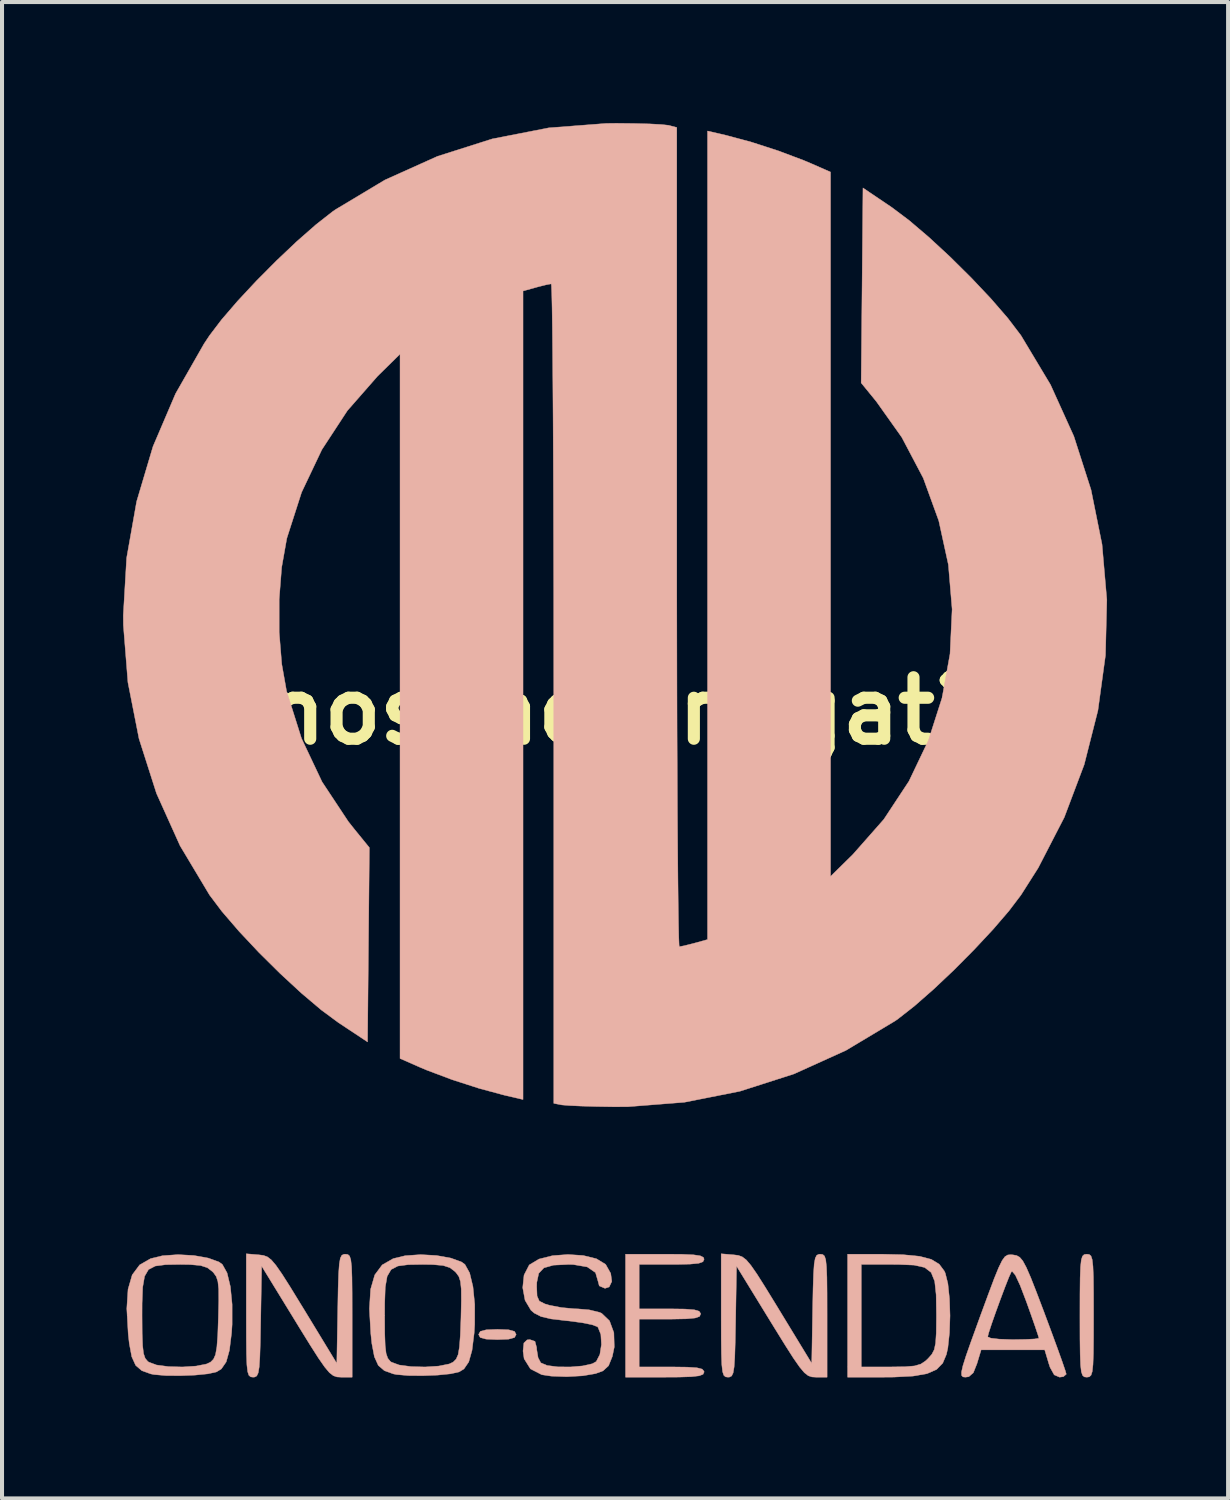
<source format=kicad_pcb>
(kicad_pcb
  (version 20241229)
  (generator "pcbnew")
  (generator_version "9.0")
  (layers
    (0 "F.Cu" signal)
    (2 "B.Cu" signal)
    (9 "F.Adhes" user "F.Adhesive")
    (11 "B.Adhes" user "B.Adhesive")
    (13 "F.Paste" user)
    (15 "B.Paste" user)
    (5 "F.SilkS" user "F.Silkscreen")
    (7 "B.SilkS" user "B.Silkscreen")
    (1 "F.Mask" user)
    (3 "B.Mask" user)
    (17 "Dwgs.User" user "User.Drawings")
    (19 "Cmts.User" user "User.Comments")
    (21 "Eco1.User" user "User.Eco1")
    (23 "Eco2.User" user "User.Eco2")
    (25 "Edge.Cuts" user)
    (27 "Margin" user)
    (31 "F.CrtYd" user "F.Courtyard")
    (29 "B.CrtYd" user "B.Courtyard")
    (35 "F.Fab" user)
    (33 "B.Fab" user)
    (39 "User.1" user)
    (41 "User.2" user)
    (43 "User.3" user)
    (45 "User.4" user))
  (footprint "onosendainegativ"
    (layer "F.Cu")
    (at 12.112 14.567)
    (property "Reference" "onosendainegativ" (at 0 0 0) (layer "F.SilkS") (effects (font (size 1.524 1.524) (thickness 0.3))))
    (attr through_hole)
    (fp_poly (pts (xy -2.556 15.336) (xy -2.411 15.376) (xy -2.371 15.452) (xy -2.412 15.528) (xy -2.559 15.568) (xy -2.836 15.579) (xy -3.117 15.567) (xy -3.262 15.527) (xy -3.302 15.452) (xy -3.26 15.375) (xy -3.113 15.336) (xy -2.836 15.325) (xy -2.556 15.336)) (stroke (width 0.01) (type solid)) (fill yes) (layer "B.SilkS"))
    (fp_poly (pts (xy 11.829 13.469) (xy 11.873 13.506) (xy 11.903 13.596) (xy 11.922 13.761) (xy 11.933 14.026) (xy 11.937 14.412) (xy 11.938 14.942) (xy 11.938 14.986) (xy 11.937 15.528) (xy 11.933 15.923) (xy 11.923 16.195) (xy 11.905 16.367) (xy 11.875 16.461) (xy 11.832 16.501) (xy 11.774 16.51) (xy 11.769 16.51) (xy 11.708 16.503) (xy 11.665 16.466) (xy 11.634 16.376) (xy 11.615 16.211) (xy 11.605 15.946) (xy 11.6 15.56) (xy 11.599 15.03) (xy 11.599 14.986) (xy 11.6 14.444) (xy 11.604 14.049) (xy 11.614 13.777) (xy 11.633 13.605) (xy 11.662 13.511) (xy 11.705 13.471) (xy 11.764 13.462) (xy 11.769 13.462) (xy 11.829 13.469)) (stroke (width 0.01) (type solid)) (fill yes) (layer "B.SilkS"))
    (fp_poly (pts (xy 1.74 13.465) (xy 2.025 13.478) (xy 2.193 13.503) (xy 2.271 13.544) (xy 2.286 13.589) (xy 2.257 13.65) (xy 2.152 13.688) (xy 1.942 13.708) (xy 1.598 13.716) (xy 1.482 13.716) (xy 0.677 13.716) (xy 0.677 14.817) (xy 1.439 14.817) (xy 1.811 14.822) (xy 2.043 14.84) (xy 2.163 14.876) (xy 2.201 14.934) (xy 2.201 14.944) (xy 2.172 15.006) (xy 2.063 15.044) (xy 1.847 15.064) (xy 1.495 15.071) (xy 1.439 15.071) (xy 0.677 15.071) (xy 0.677 16.256) (xy 1.482 16.256) (xy 1.865 16.261) (xy 2.108 16.277) (xy 2.238 16.31) (xy 2.284 16.365) (xy 2.286 16.383) (xy 2.26 16.439) (xy 2.164 16.476) (xy 1.973 16.498) (xy 1.659 16.508) (xy 1.312 16.51) (xy 0.339 16.51) (xy 0.339 13.462) (xy 1.312 13.462) (xy 1.74 13.465)) (stroke (width 0.01) (type solid)) (fill yes) (layer "B.SilkS"))
    (fp_poly (pts (xy 6.668 13.462) (xy 7.219 13.475) (xy 7.628 13.515) (xy 7.917 13.591) (xy 8.112 13.71) (xy 8.238 13.879) (xy 8.262 13.931) (xy 8.327 14.19) (xy 8.366 14.561) (xy 8.38 14.987) (xy 8.366 15.414) (xy 8.326 15.785) (xy 8.291 15.945) (xy 8.199 16.163) (xy 8.047 16.319) (xy 7.81 16.423) (xy 7.465 16.483) (xy 6.986 16.508) (xy 6.734 16.51) (xy 5.842 16.51) (xy 5.842 13.716) (xy 6.181 13.716) (xy 6.181 16.256) (xy 6.904 16.256) (xy 7.265 16.251) (xy 7.501 16.231) (xy 7.657 16.185) (xy 7.777 16.104) (xy 7.836 16.048) (xy 7.929 15.943) (xy 7.989 15.828) (xy 8.023 15.665) (xy 8.039 15.415) (xy 8.043 15.042) (xy 8.043 14.948) (xy 8.036 14.468) (xy 8 14.133) (xy 7.912 13.915) (xy 7.75 13.791) (xy 7.489 13.733) (xy 7.109 13.717) (xy 6.943 13.716) (xy 6.181 13.716) (xy 5.842 13.716) (xy 5.842 13.462) (xy 6.668 13.462)) (stroke (width 0.01) (type solid)) (fill yes) (layer "B.SilkS"))
    (fp_poly (pts (xy 3.02 13.478) (xy 3.133 13.492) (xy 3.23 13.527) (xy 3.329 13.602) (xy 3.445 13.738) (xy 3.595 13.954) (xy 3.795 14.27) (xy 4.063 14.706) (xy 4.142 14.836) (xy 4.953 16.168) (xy 4.976 14.815) (xy 4.986 14.308) (xy 4.998 13.947) (xy 5.014 13.706) (xy 5.04 13.562) (xy 5.077 13.489) (xy 5.13 13.464) (xy 5.167 13.462) (xy 5.226 13.47) (xy 5.27 13.508) (xy 5.3 13.6) (xy 5.318 13.768) (xy 5.329 14.036) (xy 5.333 14.426) (xy 5.334 14.962) (xy 5.334 16.51) (xy 5.056 16.51) (xy 4.956 16.504) (xy 4.866 16.473) (xy 4.771 16.399) (xy 4.655 16.261) (xy 4.502 16.042) (xy 4.297 15.721) (xy 4.024 15.28) (xy 3.934 15.134) (xy 3.09 13.758) (xy 3.067 15.134) (xy 3.057 15.646) (xy 3.046 16.012) (xy 3.03 16.257) (xy 3.005 16.405) (xy 2.969 16.48) (xy 2.917 16.507) (xy 2.877 16.51) (xy 2.817 16.502) (xy 2.774 16.464) (xy 2.744 16.373) (xy 2.725 16.205) (xy 2.715 15.937) (xy 2.71 15.548) (xy 2.709 15.013) (xy 2.709 14.981) (xy 2.709 13.452) (xy 3.02 13.478)) (stroke (width 0.01) (type solid)) (fill yes) (layer "B.SilkS"))
    (fp_poly (pts (xy -8.748 13.478) (xy -8.636 13.492) (xy -8.538 13.527) (xy -8.44 13.602) (xy -8.324 13.738) (xy -8.174 13.954) (xy -7.973 14.27) (xy -7.706 14.706) (xy -7.626 14.836) (xy -6.816 16.168) (xy -6.792 14.815) (xy -6.783 14.308) (xy -6.771 13.947) (xy -6.754 13.706) (xy -6.729 13.562) (xy -6.692 13.489) (xy -6.639 13.464) (xy -6.602 13.462) (xy -6.542 13.47) (xy -6.499 13.508) (xy -6.469 13.6) (xy -6.45 13.768) (xy -6.44 14.036) (xy -6.436 14.426) (xy -6.435 14.962) (xy -6.435 14.986) (xy -6.435 16.51) (xy -6.712 16.51) (xy -6.813 16.504) (xy -6.902 16.473) (xy -6.998 16.399) (xy -7.114 16.261) (xy -7.267 16.042) (xy -7.472 15.721) (xy -7.745 15.28) (xy -7.834 15.134) (xy -8.678 13.758) (xy -8.702 15.134) (xy -8.711 15.646) (xy -8.723 16.012) (xy -8.739 16.257) (xy -8.764 16.405) (xy -8.8 16.48) (xy -8.851 16.507) (xy -8.892 16.51) (xy -8.951 16.502) (xy -8.995 16.464) (xy -9.025 16.373) (xy -9.044 16.205) (xy -9.054 15.937) (xy -9.058 15.548) (xy -9.059 15.013) (xy -9.059 14.981) (xy -9.059 13.452) (xy -8.748 13.478)) (stroke (width 0.01) (type solid)) (fill yes) (layer "B.SilkS"))
    (fp_poly (pts (xy 9.94 13.479) (xy 10.03 13.495) (xy 10.107 13.538) (xy 10.183 13.628) (xy 10.27 13.789) (xy 10.38 14.041) (xy 10.524 14.408) (xy 10.715 14.911) (xy 10.723 14.933) (xy 10.895 15.395) (xy 11.045 15.804) (xy 11.162 16.131) (xy 11.237 16.351) (xy 11.261 16.436) (xy 11.19 16.497) (xy 11.095 16.51) (xy 10.962 16.453) (xy 10.858 16.265) (xy 10.827 16.171) (xy 10.726 15.833) (xy 9.151 15.833) (xy 9.049 16.171) (xy 8.958 16.4) (xy 8.846 16.498) (xy 8.762 16.51) (xy 8.701 16.503) (xy 8.667 16.467) (xy 8.665 16.381) (xy 8.7 16.225) (xy 8.778 15.978) (xy 8.904 15.619) (xy 8.944 15.51) (xy 9.313 15.51) (xy 9.391 15.543) (xy 9.597 15.567) (xy 9.889 15.578) (xy 9.948 15.579) (xy 10.252 15.574) (xy 10.476 15.563) (xy 10.581 15.546) (xy 10.583 15.543) (xy 10.556 15.453) (xy 10.484 15.239) (xy 10.377 14.933) (xy 10.274 14.645) (xy 10.117 14.234) (xy 9.999 13.981) (xy 9.921 13.889) (xy 9.898 13.902) (xy 9.837 14.038) (xy 9.742 14.279) (xy 9.629 14.58) (xy 9.513 14.898) (xy 9.411 15.188) (xy 9.339 15.408) (xy 9.313 15.51) (xy 8.944 15.51) (xy 9.082 15.128) (xy 9.135 14.982) (xy 9.329 14.455) (xy 9.475 14.065) (xy 9.586 13.794) (xy 9.671 13.62) (xy 9.742 13.522) (xy 9.811 13.481) (xy 9.887 13.475) (xy 9.94 13.479)) (stroke (width 0.01) (type solid)) (fill yes) (layer "B.SilkS"))
    (fp_poly (pts (xy -10.356 13.495) (xy -10 13.559) (xy -9.735 13.656) (xy -9.652 13.716) (xy -9.535 13.926) (xy -9.453 14.267) (xy -9.41 14.705) (xy -9.41 15.204) (xy -9.424 15.417) (xy -9.477 15.845) (xy -9.557 16.132) (xy -9.677 16.306) (xy -9.798 16.38) (xy -10.009 16.427) (xy -10.329 16.459) (xy -10.698 16.473) (xy -11.057 16.47) (xy -11.344 16.445) (xy -11.426 16.429) (xy -11.649 16.348) (xy -11.8 16.218) (xy -11.897 16.004) (xy -11.959 15.673) (xy -11.985 15.436) (xy -12.01 14.986) (xy -11.642 14.986) (xy -11.639 15.426) (xy -11.628 15.727) (xy -11.605 15.922) (xy -11.565 16.041) (xy -11.503 16.116) (xy -11.477 16.136) (xy -11.285 16.208) (xy -10.985 16.248) (xy -10.638 16.257) (xy -10.303 16.235) (xy -10.04 16.182) (xy -9.943 16.136) (xy -9.871 16.063) (xy -9.821 15.95) (xy -9.788 15.762) (xy -9.766 15.47) (xy -9.751 15.042) (xy -9.741 14.618) (xy -9.743 14.328) (xy -9.763 14.138) (xy -9.804 14.015) (xy -9.87 13.922) (xy -9.899 13.892) (xy -10.024 13.797) (xy -10.191 13.743) (xy -10.447 13.72) (xy -10.694 13.716) (xy -11.058 13.722) (xy -11.314 13.756) (xy -11.482 13.843) (xy -11.579 14.01) (xy -11.626 14.28) (xy -11.641 14.679) (xy -11.642 14.986) (xy -12.01 14.986) (xy -12.02 14.812) (xy -11.989 14.331) (xy -11.886 13.975) (xy -11.702 13.728) (xy -11.43 13.572) (xy -11.135 13.5) (xy -10.751 13.473) (xy -10.356 13.495)) (stroke (width 0.01) (type solid)) (fill yes) (layer "B.SilkS"))
    (fp_poly (pts (xy -4.345 13.495) (xy -3.989 13.559) (xy -3.724 13.656) (xy -3.641 13.716) (xy -3.524 13.926) (xy -3.442 14.267) (xy -3.398 14.705) (xy -3.399 15.204) (xy -3.412 15.417) (xy -3.465 15.845) (xy -3.546 16.132) (xy -3.665 16.306) (xy -3.786 16.38) (xy -3.998 16.427) (xy -4.318 16.459) (xy -4.687 16.473) (xy -5.045 16.47) (xy -5.333 16.445) (xy -5.415 16.429) (xy -5.638 16.348) (xy -5.788 16.218) (xy -5.885 16.004) (xy -5.948 15.673) (xy -5.973 15.436) (xy -5.999 14.986) (xy -5.63 14.986) (xy -5.628 15.426) (xy -5.617 15.727) (xy -5.594 15.922) (xy -5.553 16.041) (xy -5.492 16.116) (xy -5.466 16.136) (xy -5.273 16.208) (xy -4.974 16.248) (xy -4.627 16.257) (xy -4.292 16.235) (xy -4.029 16.182) (xy -3.932 16.136) (xy -3.859 16.063) (xy -3.809 15.95) (xy -3.777 15.762) (xy -3.755 15.47) (xy -3.739 15.042) (xy -3.73 14.618) (xy -3.732 14.328) (xy -3.752 14.138) (xy -3.792 14.015) (xy -3.859 13.922) (xy -3.888 13.892) (xy -4.012 13.797) (xy -4.179 13.743) (xy -4.436 13.72) (xy -4.683 13.716) (xy -5.047 13.722) (xy -5.303 13.756) (xy -5.47 13.843) (xy -5.568 14.01) (xy -5.615 14.28) (xy -5.629 14.679) (xy -5.63 14.986) (xy -5.999 14.986) (xy -6.008 14.812) (xy -5.978 14.331) (xy -5.875 13.975) (xy -5.691 13.728) (xy -5.419 13.572) (xy -5.123 13.5) (xy -4.74 13.473) (xy -4.345 13.495)) (stroke (width 0.01) (type solid)) (fill yes) (layer "B.SilkS"))
    (fp_poly (pts (xy -0.709 13.495) (xy -0.383 13.575) (xy -0.161 13.71) (xy -0.148 13.725) (xy -0.028 13.938) (xy -0.001 14.137) (xy -0.066 14.274) (xy -0.169 14.309) (xy -0.312 14.248) (xy -0.339 14.145) (xy -0.405 13.919) (xy -0.61 13.778) (xy -0.957 13.719) (xy -1.07 13.716) (xy -1.446 13.734) (xy -1.684 13.801) (xy -1.812 13.937) (xy -1.86 14.162) (xy -1.863 14.265) (xy -1.853 14.5) (xy -1.798 14.624) (xy -1.657 14.695) (xy -1.545 14.728) (xy -1.248 14.785) (xy -0.914 14.816) (xy -0.847 14.817) (xy -0.559 14.842) (xy -0.309 14.903) (xy -0.254 14.926) (xy -0.058 15.113) (xy 0.05 15.407) (xy 0.06 15.763) (xy 0.012 15.996) (xy -0.082 16.228) (xy -0.22 16.354) (xy -0.405 16.422) (xy -0.724 16.476) (xy -1.119 16.498) (xy -1.502 16.484) (xy -1.736 16.449) (xy -2.017 16.305) (xy -2.174 16.054) (xy -2.201 15.862) (xy -2.18 15.663) (xy -2.1 15.586) (xy -2.032 15.579) (xy -1.905 15.622) (xy -1.863 15.78) (xy -1.863 15.816) (xy -1.828 16.027) (xy -1.761 16.154) (xy -1.605 16.22) (xy -1.342 16.254) (xy -1.028 16.257) (xy -0.723 16.231) (xy -0.484 16.177) (xy -0.387 16.123) (xy -0.297 15.947) (xy -0.258 15.699) (xy -0.273 15.45) (xy -0.343 15.275) (xy -0.36 15.259) (xy -0.49 15.21) (xy -0.741 15.16) (xy -1.062 15.117) (xy -1.137 15.11) (xy -1.508 15.066) (xy -1.755 15.008) (xy -1.923 14.922) (xy -2.005 14.851) (xy -2.151 14.605) (xy -2.209 14.292) (xy -2.176 13.979) (xy -2.05 13.734) (xy -2.038 13.722) (xy -1.805 13.583) (xy -1.471 13.499) (xy -1.089 13.47) (xy -0.709 13.495)) (stroke (width 0.01) (type solid)) (fill yes) (layer "B.SilkS"))
    (fp_poly (pts (xy 0.548 -14.557) (xy 0.934 -14.547) (xy 1.233 -14.531) (xy 1.407 -14.512) (xy 1.418 -14.509) (xy 1.609 -14.458) (xy 1.609 -4.308) (xy 1.609 -3.012) (xy 1.611 -1.764) (xy 1.613 -0.575) (xy 1.616 0.546) (xy 1.621 1.588) (xy 1.625 2.54) (xy 1.631 3.393) (xy 1.637 4.136) (xy 1.644 4.758) (xy 1.651 5.249) (xy 1.658 5.599) (xy 1.666 5.798) (xy 1.672 5.842) (xy 1.788 5.82) (xy 1.996 5.768) (xy 2.053 5.753) (xy 2.371 5.665) (xy 2.371 -14.371) (xy 2.829 -14.265) (xy 3.454 -14.097) (xy 4.127 -13.879) (xy 4.754 -13.643) (xy 4.932 -13.568) (xy 5.419 -13.354) (xy 5.419 4.101) (xy 5.975 3.554) (xy 6.739 2.687) (xy 7.362 1.742) (xy 7.844 0.732) (xy 8.183 -0.325) (xy 8.38 -1.414) (xy 8.432 -2.519) (xy 8.339 -3.624) (xy 8.101 -4.713) (xy 7.717 -5.77) (xy 7.185 -6.78) (xy 6.554 -7.668) (xy 6.178 -8.129) (xy 6.201 -10.545) (xy 6.223 -12.96) (xy 6.943 -12.474) (xy 7.367 -12.155) (xy 7.858 -11.737) (xy 8.381 -11.253) (xy 8.904 -10.735) (xy 9.392 -10.218) (xy 9.812 -9.733) (xy 10.13 -9.315) (xy 10.138 -9.304) (xy 10.87 -8.084) (xy 11.449 -6.805) (xy 11.874 -5.481) (xy 12.147 -4.127) (xy 12.266 -2.754) (xy 12.232 -1.378) (xy 12.045 -0.012) (xy 11.705 1.33) (xy 11.212 2.636) (xy 10.565 3.89) (xy 10.138 4.562) (xy 9.841 4.954) (xy 9.444 5.416) (xy 8.978 5.915) (xy 8.477 6.42) (xy 7.973 6.896) (xy 7.501 7.31) (xy 7.092 7.631) (xy 7.018 7.683) (xy 5.801 8.412) (xy 4.514 8.995) (xy 3.173 9.425) (xy 1.796 9.698) (xy 0.4 9.808) (xy 0.055 9.81) (xy -0.378 9.803) (xy -0.764 9.792) (xy -1.063 9.778) (xy -1.237 9.764) (xy -1.249 9.762) (xy -1.439 9.725) (xy -1.439 -0.429) (xy -1.44 -1.725) (xy -1.441 -2.974) (xy -1.444 -4.163) (xy -1.447 -5.285) (xy -1.451 -6.327) (xy -1.456 -7.279) (xy -1.462 -8.132) (xy -1.468 -8.875) (xy -1.474 -9.498) (xy -1.481 -9.99) (xy -1.489 -10.34) (xy -1.497 -10.539) (xy -1.503 -10.583) (xy -1.619 -10.562) (xy -1.827 -10.51) (xy -1.884 -10.494) (xy -2.201 -10.406) (xy -2.201 9.63) (xy -2.66 9.523) (xy -3.285 9.355) (xy -3.958 9.138) (xy -4.585 8.902) (xy -4.763 8.827) (xy -5.249 8.613) (xy -5.249 -8.843) (xy -5.806 -8.295) (xy -6.554 -7.441) (xy -7.186 -6.475) (xy -7.688 -5.418) (xy -8.051 -4.289) (xy -8.058 -4.259) (xy -8.182 -3.56) (xy -8.244 -2.769) (xy -8.244 -1.947) (xy -8.18 -1.16) (xy -8.061 -0.492) (xy -7.691 0.68) (xy -7.181 1.758) (xy -6.53 2.742) (xy -6.384 2.926) (xy -6.009 3.387) (xy -6.054 8.202) (xy -6.773 7.726) (xy -7.2 7.411) (xy -7.694 6.993) (xy -8.22 6.507) (xy -8.746 5.986) (xy -9.237 5.463) (xy -9.66 4.972) (xy -9.969 4.562) (xy -10.7 3.341) (xy -11.284 2.044) (xy -11.717 0.689) (xy -11.992 -0.707) (xy -12.105 -2.125) (xy -12.107 -2.371) (xy -12.024 -3.791) (xy -11.776 -5.191) (xy -11.37 -6.555) (xy -10.811 -7.863) (xy -10.105 -9.099) (xy -9.969 -9.304) (xy -9.672 -9.695) (xy -9.274 -10.157) (xy -8.808 -10.657) (xy -8.307 -11.161) (xy -7.804 -11.637) (xy -7.331 -12.052) (xy -6.923 -12.372) (xy -6.848 -12.424) (xy -5.623 -13.158) (xy -4.323 -13.743) (xy -2.965 -14.175) (xy -1.564 -14.449) (xy -0.136 -14.559) (xy 0.114 -14.562) (xy 0.548 -14.557)) (stroke (width 0.01) (type solid)) (fill yes) (layer "B.SilkS")))
  (gr_rect
    (start -3 -3)
    (end 27.383 34.082)
    (stroke (width 0.1) (type default))
    (fill no)
    (layer "Edge.Cuts")))
</source>
